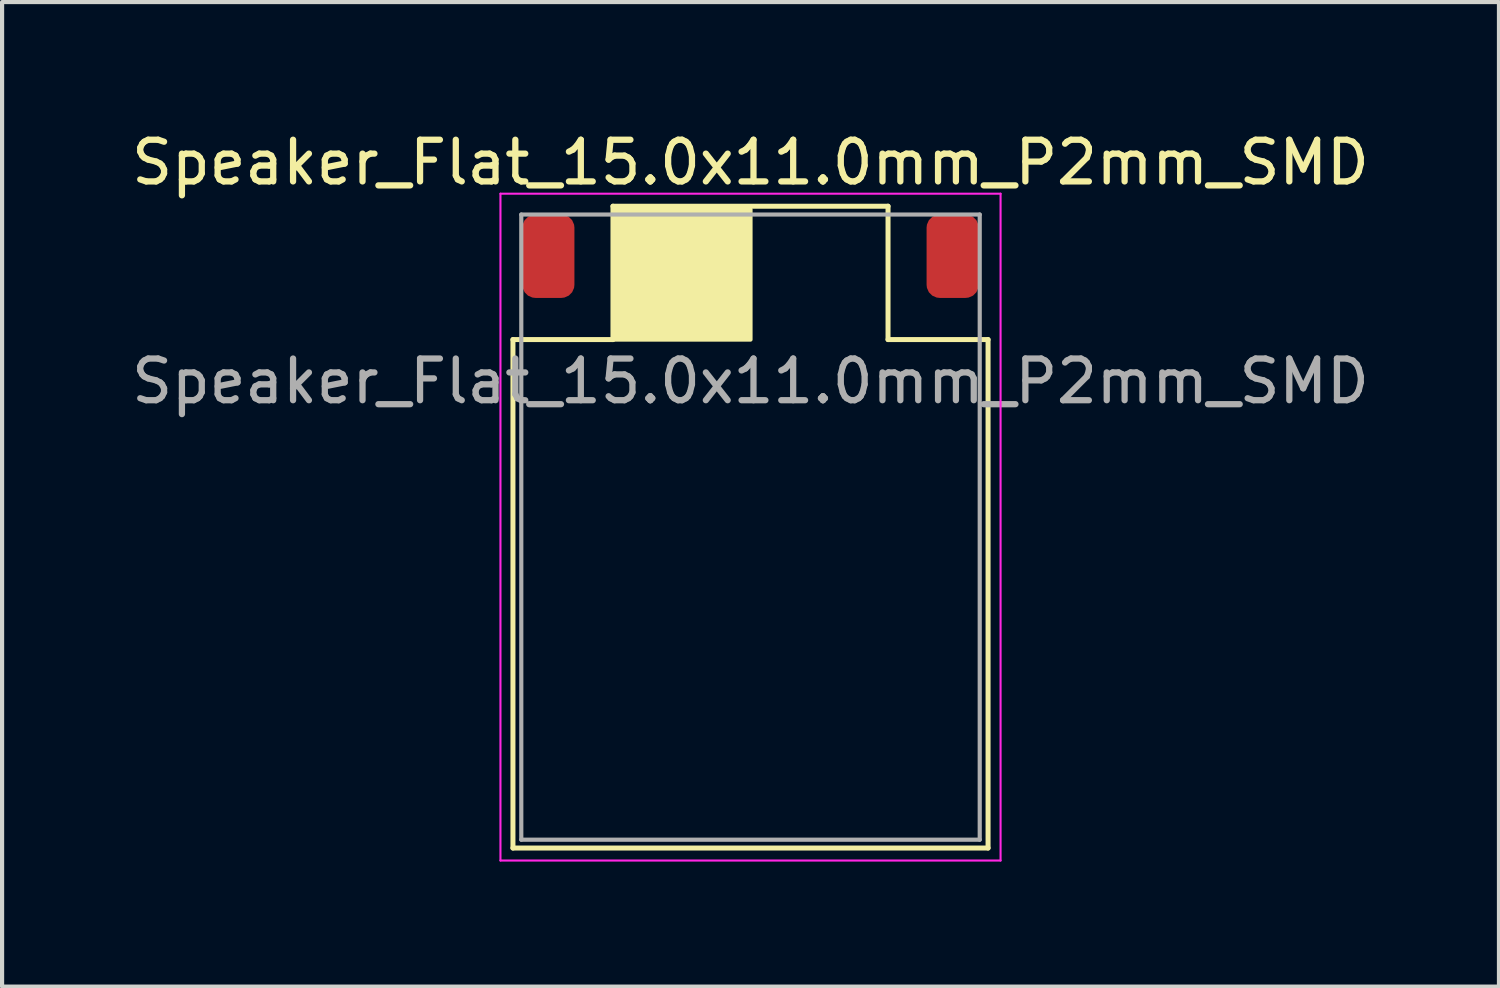
<source format=kicad_pcb>
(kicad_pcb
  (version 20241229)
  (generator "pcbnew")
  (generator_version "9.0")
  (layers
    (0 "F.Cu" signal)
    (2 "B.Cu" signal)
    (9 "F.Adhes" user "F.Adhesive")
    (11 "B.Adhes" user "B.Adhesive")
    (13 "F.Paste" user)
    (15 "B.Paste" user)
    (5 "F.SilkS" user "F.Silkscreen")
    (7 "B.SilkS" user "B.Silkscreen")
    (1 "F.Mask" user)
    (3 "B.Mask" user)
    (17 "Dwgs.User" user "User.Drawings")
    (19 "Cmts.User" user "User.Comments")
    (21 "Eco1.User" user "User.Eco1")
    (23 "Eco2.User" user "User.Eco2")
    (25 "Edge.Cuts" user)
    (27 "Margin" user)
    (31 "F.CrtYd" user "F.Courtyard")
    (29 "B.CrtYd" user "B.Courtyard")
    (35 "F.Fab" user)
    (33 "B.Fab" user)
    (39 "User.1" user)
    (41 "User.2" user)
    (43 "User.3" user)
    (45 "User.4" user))
  (footprint "Speaker_Flat_15.0x11.0mm_P2mm_SMD"
    (layer "F.Cu")
    (at 14.958 3.098)
    (property "Reference" "Speaker_Flat_15.0x11.0mm_P2mm_SMD" (at 0 -2.25 0) (layer "F.SilkS") (effects (font (size 1 1) (thickness 0.15))))
    (attr smd)
    (fp_line (start -5.7 2) (end -5.7 14.2) (stroke (width 0.12) (type solid)) (layer "F.SilkS"))
    (fp_line (start -5.7 2) (end -3.3 2) (stroke (width 0.12) (type solid)) (layer "F.SilkS"))
    (fp_line (start -5.7 14.2) (end 5.7 14.2) (stroke (width 0.12) (type solid)) (layer "F.SilkS"))
    (fp_line (start -3.3 -1.2) (end 3.3 -1.2) (stroke (width 0.12) (type solid)) (layer "F.SilkS"))
    (fp_line (start -3.3 2) (end -3.3 -1.2) (stroke (width 0.12) (type solid)) (layer "F.SilkS"))
    (fp_line (start 3.3 2) (end 3.3 -1.2) (stroke (width 0.12) (type solid)) (layer "F.SilkS"))
    (fp_line (start 5.7 2) (end 3.3 2) (stroke (width 0.12) (type solid)) (layer "F.SilkS"))
    (fp_line (start 5.7 2) (end 5.7 14.2) (stroke (width 0.12) (type solid)) (layer "F.SilkS"))
    (fp_poly (pts (xy 0 -1.125) (xy -3.25 -1.125) (xy -3.25 2) (xy 0 2)) (stroke (width 0.1) (type solid)) (fill yes) (layer "F.SilkS"))
    (fp_line (start -6 -1.5) (end -6 14.5) (stroke (width 0.05) (type solid)) (layer "F.CrtYd"))
    (fp_line (start -6 -1.5) (end 6 -1.5) (stroke (width 0.05) (type solid)) (layer "F.CrtYd"))
    (fp_line (start -6 14.5) (end 6 14.5) (stroke (width 0.05) (type solid)) (layer "F.CrtYd"))
    (fp_line (start 6 -1.5) (end 6 14.5) (stroke (width 0.05) (type solid)) (layer "F.CrtYd"))
    (fp_line (start -5.5 -1) (end -5.5 14) (stroke (width 0.1) (type solid)) (layer "F.Fab"))
    (fp_line (start -5.5 -1) (end 5.5 -1) (stroke (width 0.1) (type solid)) (layer "F.Fab"))
    (fp_line (start -5.5 14) (end 5.5 14) (stroke (width 0.1) (type solid)) (layer "F.Fab"))
    (fp_line (start 5.5 -1) (end 5.5 14) (stroke (width 0.1) (type solid)) (layer "F.Fab"))
    (fp_text user "${REFERENCE}" (at 0 3 0) (layer "F.Fab") (effects (font (size 1 1) (thickness 0.15))))
    (pad "1" smd roundrect (at -4.85 0) (size 1.25 2) (layers "F.Cu" "F.Mask" "F.Paste") (roundrect_rratio 0.25))
    (pad "2" smd roundrect (at 4.85 0) (size 1.25 2) (layers "F.Cu" "F.Mask" "F.Paste") (roundrect_rratio 0.25)))
  (gr_rect
    (start -3 -3)
    (end 32.917 20.623)
    (stroke (width 0.1) (type default))
    (fill no)
    (layer "Edge.Cuts")))
</source>
